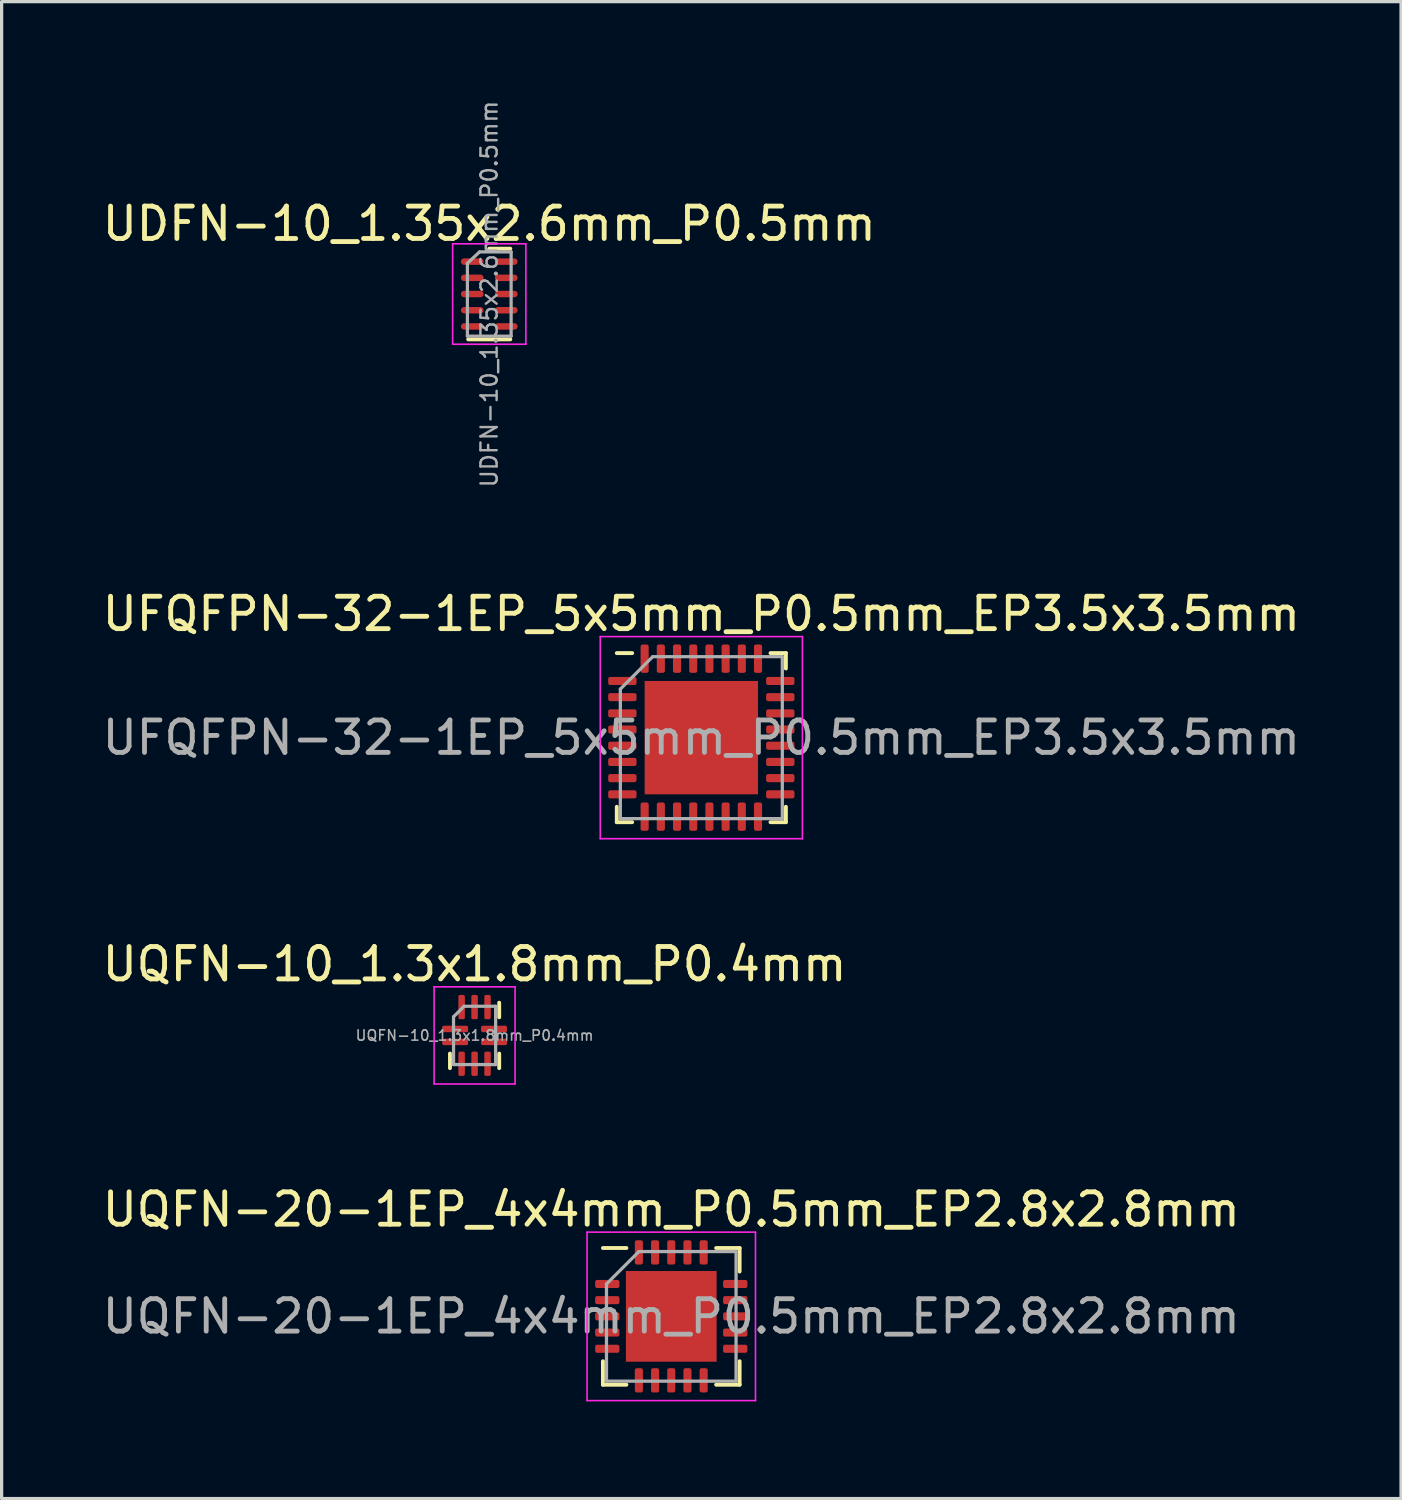
<source format=kicad_pcb>
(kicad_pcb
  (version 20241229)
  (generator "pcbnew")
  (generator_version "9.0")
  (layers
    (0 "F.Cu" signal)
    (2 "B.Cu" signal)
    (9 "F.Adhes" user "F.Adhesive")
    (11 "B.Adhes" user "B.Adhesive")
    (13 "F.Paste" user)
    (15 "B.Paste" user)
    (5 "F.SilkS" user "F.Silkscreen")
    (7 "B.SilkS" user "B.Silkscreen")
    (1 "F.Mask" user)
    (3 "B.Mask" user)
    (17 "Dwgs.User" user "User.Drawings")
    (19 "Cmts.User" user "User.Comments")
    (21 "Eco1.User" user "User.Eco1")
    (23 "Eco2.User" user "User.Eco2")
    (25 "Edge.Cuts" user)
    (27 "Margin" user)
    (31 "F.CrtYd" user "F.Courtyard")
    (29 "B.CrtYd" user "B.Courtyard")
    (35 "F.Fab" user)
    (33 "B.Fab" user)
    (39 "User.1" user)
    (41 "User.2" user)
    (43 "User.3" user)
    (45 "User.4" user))
  (footprint "UDFN-10_1.35x2.6mm_P0.5mm"
    (layer "F.Cu")
    (at 12.054 6.027)
    (property "Reference" "UDFN-10_1.35x2.6mm_P0.5mm" (at 0 -2.17 0) (layer "F.SilkS") (effects (font (size 1 1) (thickness 0.15))))
    (attr smd)
    (fp_line (start -0.65 1.4) (end 0.65 1.4) (stroke (width 0.12) (type solid)) (layer "F.SilkS"))
    (fp_line (start 0 -1.4) (end 0.65 -1.4) (stroke (width 0.12) (type solid)) (layer "F.SilkS"))
    (fp_line (start -1.13 -1.55) (end -1.13 1.55) (stroke (width 0.05) (type solid)) (layer "F.CrtYd"))
    (fp_line (start -1.13 -1.55) (end 1.13 -1.55) (stroke (width 0.05) (type solid)) (layer "F.CrtYd"))
    (fp_line (start -1.13 1.55) (end 1.13 1.55) (stroke (width 0.05) (type solid)) (layer "F.CrtYd"))
    (fp_line (start 1.13 -1.55) (end 1.13 1.55) (stroke (width 0.05) (type solid)) (layer "F.CrtYd"))
    (fp_line (start -0.675 -0.95) (end -0.3 -1.3) (stroke (width 0.1) (type solid)) (layer "F.Fab"))
    (fp_line (start -0.675 1.3) (end -0.675 -0.95) (stroke (width 0.1) (type solid)) (layer "F.Fab"))
    (fp_line (start -0.3 -1.3) (end 0.675 -1.3) (stroke (width 0.1) (type solid)) (layer "F.Fab"))
    (fp_line (start 0.675 -1.3) (end 0.675 1.3) (stroke (width 0.1) (type solid)) (layer "F.Fab"))
    (fp_line (start 0.675 1.3) (end -0.675 1.3) (stroke (width 0.1) (type solid)) (layer "F.Fab"))
    (fp_text user "${REFERENCE}" (at 0 0 90) (layer "F.Fab") (effects (font (size 0.5 0.5) (thickness 0.075))))
    (pad "1" smd oval (at -0.525 -1) (size 0.7 0.2) (layers "F.Cu" "F.Mask" "F.Paste"))
    (pad "2" smd oval (at -0.525 -0.5) (size 0.7 0.2) (layers "F.Cu" "F.Mask" "F.Paste"))
    (pad "3" smd oval (at -0.525 0) (size 0.7 0.2) (layers "F.Cu" "F.Mask" "F.Paste"))
    (pad "4" smd oval (at -0.525 0.5) (size 0.7 0.2) (layers "F.Cu" "F.Mask" "F.Paste"))
    (pad "5" smd oval (at -0.525 1) (size 0.7 0.2) (layers "F.Cu" "F.Mask" "F.Paste"))
    (pad "6" smd oval (at 0.525 1) (size 0.7 0.2) (layers "F.Cu" "F.Mask" "F.Paste"))
    (pad "7" smd oval (at 0.525 0.5) (size 0.7 0.2) (layers "F.Cu" "F.Mask" "F.Paste"))
    (pad "8" smd oval (at 0.525 0) (size 0.7 0.2) (layers "F.Cu" "F.Mask" "F.Paste"))
    (pad "9" smd oval (at 0.525 -0.5) (size 0.7 0.2) (layers "F.Cu" "F.Mask" "F.Paste"))
    (pad "10" smd oval (at 0.525 -1) (size 0.7 0.2) (layers "F.Cu" "F.Mask" "F.Paste")))
  (footprint "UQFN-10_1.3x1.8mm_P0.4mm"
    (layer "F.Cu")
    (at 11.601 28.915)
    (property "Reference" "UQFN-10_1.3x1.8mm_P0.4mm" (at 0 -2.2 0) (layer "F.SilkS") (effects (font (size 1 1) (thickness 0.15))))
    (attr smd)
    (fp_line (start -0.76 1.01) (end -0.76 0.56) (stroke (width 0.12) (type solid)) (layer "F.SilkS"))
    (fp_line (start 0.76 -1.01) (end 0.76 -0.56) (stroke (width 0.12) (type solid)) (layer "F.SilkS"))
    (fp_line (start 0.76 1.01) (end 0.76 0.56) (stroke (width 0.12) (type solid)) (layer "F.SilkS"))
    (fp_line (start -1.25 -1.5) (end -1.25 1.5) (stroke (width 0.05) (type solid)) (layer "F.CrtYd"))
    (fp_line (start -1.25 1.5) (end 1.25 1.5) (stroke (width 0.05) (type solid)) (layer "F.CrtYd"))
    (fp_line (start 1.25 -1.5) (end -1.25 -1.5) (stroke (width 0.05) (type solid)) (layer "F.CrtYd"))
    (fp_line (start 1.25 1.5) (end 1.25 -1.5) (stroke (width 0.05) (type solid)) (layer "F.CrtYd"))
    (fp_line (start -0.65 -0.575) (end -0.325 -0.9) (stroke (width 0.1) (type solid)) (layer "F.Fab"))
    (fp_line (start -0.65 0.9) (end -0.65 -0.575) (stroke (width 0.1) (type solid)) (layer "F.Fab"))
    (fp_line (start -0.325 -0.9) (end 0.65 -0.9) (stroke (width 0.1) (type solid)) (layer "F.Fab"))
    (fp_line (start 0.65 -0.9) (end 0.65 0.9) (stroke (width 0.1) (type solid)) (layer "F.Fab"))
    (fp_line (start 0.65 0.9) (end -0.65 0.9) (stroke (width 0.1) (type solid)) (layer "F.Fab"))
    (fp_text user "${REFERENCE}" (at 0 0 0) (layer "F.Fab") (effects (font (size 0.32 0.32) (thickness 0.05))))
    (pad "1" smd roundrect (at -0.6 -0.2) (size 0.8 0.2) (layers "F.Cu" "F.Mask" "F.Paste") (roundrect_rratio 0.25))
    (pad "2" smd roundrect (at -0.6 0.2) (size 0.8 0.2) (layers "F.Cu" "F.Mask" "F.Paste") (roundrect_rratio 0.25))
    (pad "3" smd roundrect (at -0.4 0.875) (size 0.2 0.75) (layers "F.Cu" "F.Mask" "F.Paste") (roundrect_rratio 0.25))
    (pad "4" smd roundrect (at 0 0.875) (size 0.2 0.75) (layers "F.Cu" "F.Mask" "F.Paste") (roundrect_rratio 0.25))
    (pad "5" smd roundrect (at 0.4 0.875) (size 0.2 0.75) (layers "F.Cu" "F.Mask" "F.Paste") (roundrect_rratio 0.25))
    (pad "6" smd roundrect (at 0.6 0.2) (size 0.8 0.2) (layers "F.Cu" "F.Mask" "F.Paste") (roundrect_rratio 0.25))
    (pad "7" smd roundrect (at 0.6 -0.2) (size 0.8 0.2) (layers "F.Cu" "F.Mask" "F.Paste") (roundrect_rratio 0.25))
    (pad "8" smd roundrect (at 0.4 -0.875) (size 0.2 0.75) (layers "F.Cu" "F.Mask" "F.Paste") (roundrect_rratio 0.25))
    (pad "9" smd roundrect (at 0 -0.875) (size 0.2 0.75) (layers "F.Cu" "F.Mask" "F.Paste") (roundrect_rratio 0.25))
    (pad "10" smd roundrect (at -0.4 -0.875) (size 0.2 0.75) (layers "F.Cu" "F.Mask" "F.Paste") (roundrect_rratio 0.25)))
  (footprint "UFQFPN-32-1EP_5x5mm_P0.5mm_EP3.5x3.5mm"
    (layer "F.Cu")
    (at 18.601 19.722)
    (property "Reference" "UFQFPN-32-1EP_5x5mm_P0.5mm_EP3.5x3.5mm" (at 0 -3.82 0) (layer "F.SilkS") (effects (font (size 1 1) (thickness 0.15))))
    (attr smd)
    (fp_line (start -2.61 2.61) (end -2.61 2.135) (stroke (width 0.12) (type solid)) (layer "F.SilkS"))
    (fp_line (start -2.135 -2.61) (end -2.61 -2.61) (stroke (width 0.12) (type solid)) (layer "F.SilkS"))
    (fp_line (start -2.135 2.61) (end -2.61 2.61) (stroke (width 0.12) (type solid)) (layer "F.SilkS"))
    (fp_line (start 2.135 -2.61) (end 2.61 -2.61) (stroke (width 0.12) (type solid)) (layer "F.SilkS"))
    (fp_line (start 2.135 2.61) (end 2.61 2.61) (stroke (width 0.12) (type solid)) (layer "F.SilkS"))
    (fp_line (start 2.61 -2.61) (end 2.61 -2.135) (stroke (width 0.12) (type solid)) (layer "F.SilkS"))
    (fp_line (start 2.61 2.61) (end 2.61 2.135) (stroke (width 0.12) (type solid)) (layer "F.SilkS"))
    (fp_line (start -3.12 -3.12) (end -3.12 3.12) (stroke (width 0.05) (type solid)) (layer "F.CrtYd"))
    (fp_line (start -3.12 3.12) (end 3.12 3.12) (stroke (width 0.05) (type solid)) (layer "F.CrtYd"))
    (fp_line (start 3.12 -3.12) (end -3.12 -3.12) (stroke (width 0.05) (type solid)) (layer "F.CrtYd"))
    (fp_line (start 3.12 3.12) (end 3.12 -3.12) (stroke (width 0.05) (type solid)) (layer "F.CrtYd"))
    (fp_line (start -2.5 -1.5) (end -1.5 -2.5) (stroke (width 0.1) (type solid)) (layer "F.Fab"))
    (fp_line (start -2.5 2.5) (end -2.5 -1.5) (stroke (width 0.1) (type solid)) (layer "F.Fab"))
    (fp_line (start -1.5 -2.5) (end 2.5 -2.5) (stroke (width 0.1) (type solid)) (layer "F.Fab"))
    (fp_line (start 2.5 -2.5) (end 2.5 2.5) (stroke (width 0.1) (type solid)) (layer "F.Fab"))
    (fp_line (start 2.5 2.5) (end -2.5 2.5) (stroke (width 0.1) (type solid)) (layer "F.Fab"))
    (fp_text user "${REFERENCE}" (at 0 0 0) (layer "F.Fab") (effects (font (size 1 1) (thickness 0.15))))
    (pad "" smd roundrect (at -0.875 -0.875) (size 1.41 1.41) (layers "F.Paste") (roundrect_rratio 0.177))
    (pad "" smd roundrect (at -0.875 0.875) (size 1.41 1.41) (layers "F.Paste") (roundrect_rratio 0.177))
    (pad "" smd roundrect (at 0.875 -0.875) (size 1.41 1.41) (layers "F.Paste") (roundrect_rratio 0.177))
    (pad "" smd roundrect (at 0.875 0.875) (size 1.41 1.41) (layers "F.Paste") (roundrect_rratio 0.177))
    (pad "1" smd roundrect (at -2.438 -1.75) (size 0.875 0.25) (layers "F.Cu" "F.Mask" "F.Paste") (roundrect_rratio 0.25))
    (pad "2" smd roundrect (at -2.438 -1.25) (size 0.875 0.25) (layers "F.Cu" "F.Mask" "F.Paste") (roundrect_rratio 0.25))
    (pad "3" smd roundrect (at -2.438 -0.75) (size 0.875 0.25) (layers "F.Cu" "F.Mask" "F.Paste") (roundrect_rratio 0.25))
    (pad "4" smd roundrect (at -2.438 -0.25) (size 0.875 0.25) (layers "F.Cu" "F.Mask" "F.Paste") (roundrect_rratio 0.25))
    (pad "5" smd roundrect (at -2.438 0.25) (size 0.875 0.25) (layers "F.Cu" "F.Mask" "F.Paste") (roundrect_rratio 0.25))
    (pad "6" smd roundrect (at -2.438 0.75) (size 0.875 0.25) (layers "F.Cu" "F.Mask" "F.Paste") (roundrect_rratio 0.25))
    (pad "7" smd roundrect (at -2.438 1.25) (size 0.875 0.25) (layers "F.Cu" "F.Mask" "F.Paste") (roundrect_rratio 0.25))
    (pad "8" smd roundrect (at -2.438 1.75) (size 0.875 0.25) (layers "F.Cu" "F.Mask" "F.Paste") (roundrect_rratio 0.25))
    (pad "9" smd roundrect (at -1.75 2.438) (size 0.25 0.875) (layers "F.Cu" "F.Mask" "F.Paste") (roundrect_rratio 0.25))
    (pad "10" smd roundrect (at -1.25 2.438) (size 0.25 0.875) (layers "F.Cu" "F.Mask" "F.Paste") (roundrect_rratio 0.25))
    (pad "11" smd roundrect (at -0.75 2.438) (size 0.25 0.875) (layers "F.Cu" "F.Mask" "F.Paste") (roundrect_rratio 0.25))
    (pad "12" smd roundrect (at -0.25 2.438) (size 0.25 0.875) (layers "F.Cu" "F.Mask" "F.Paste") (roundrect_rratio 0.25))
    (pad "13" smd roundrect (at 0.25 2.438) (size 0.25 0.875) (layers "F.Cu" "F.Mask" "F.Paste") (roundrect_rratio 0.25))
    (pad "14" smd roundrect (at 0.75 2.438) (size 0.25 0.875) (layers "F.Cu" "F.Mask" "F.Paste") (roundrect_rratio 0.25))
    (pad "15" smd roundrect (at 1.25 2.438) (size 0.25 0.875) (layers "F.Cu" "F.Mask" "F.Paste") (roundrect_rratio 0.25))
    (pad "16" smd roundrect (at 1.75 2.438) (size 0.25 0.875) (layers "F.Cu" "F.Mask" "F.Paste") (roundrect_rratio 0.25))
    (pad "17" smd roundrect (at 2.438 1.75) (size 0.875 0.25) (layers "F.Cu" "F.Mask" "F.Paste") (roundrect_rratio 0.25))
    (pad "18" smd roundrect (at 2.438 1.25) (size 0.875 0.25) (layers "F.Cu" "F.Mask" "F.Paste") (roundrect_rratio 0.25))
    (pad "19" smd roundrect (at 2.438 0.75) (size 0.875 0.25) (layers "F.Cu" "F.Mask" "F.Paste") (roundrect_rratio 0.25))
    (pad "20" smd roundrect (at 2.438 0.25) (size 0.875 0.25) (layers "F.Cu" "F.Mask" "F.Paste") (roundrect_rratio 0.25))
    (pad "21" smd roundrect (at 2.438 -0.25) (size 0.875 0.25) (layers "F.Cu" "F.Mask" "F.Paste") (roundrect_rratio 0.25))
    (pad "22" smd roundrect (at 2.438 -0.75) (size 0.875 0.25) (layers "F.Cu" "F.Mask" "F.Paste") (roundrect_rratio 0.25))
    (pad "23" smd roundrect (at 2.438 -1.25) (size 0.875 0.25) (layers "F.Cu" "F.Mask" "F.Paste") (roundrect_rratio 0.25))
    (pad "24" smd roundrect (at 2.438 -1.75) (size 0.875 0.25) (layers "F.Cu" "F.Mask" "F.Paste") (roundrect_rratio 0.25))
    (pad "25" smd roundrect (at 1.75 -2.438) (size 0.25 0.875) (layers "F.Cu" "F.Mask" "F.Paste") (roundrect_rratio 0.25))
    (pad "26" smd roundrect (at 1.25 -2.438) (size 0.25 0.875) (layers "F.Cu" "F.Mask" "F.Paste") (roundrect_rratio 0.25))
    (pad "27" smd roundrect (at 0.75 -2.438) (size 0.25 0.875) (layers "F.Cu" "F.Mask" "F.Paste") (roundrect_rratio 0.25))
    (pad "28" smd roundrect (at 0.25 -2.438) (size 0.25 0.875) (layers "F.Cu" "F.Mask" "F.Paste") (roundrect_rratio 0.25))
    (pad "29" smd roundrect (at -0.25 -2.438) (size 0.25 0.875) (layers "F.Cu" "F.Mask" "F.Paste") (roundrect_rratio 0.25))
    (pad "30" smd roundrect (at -0.75 -2.438) (size 0.25 0.875) (layers "F.Cu" "F.Mask" "F.Paste") (roundrect_rratio 0.25))
    (pad "31" smd roundrect (at -1.25 -2.438) (size 0.25 0.875) (layers "F.Cu" "F.Mask" "F.Paste") (roundrect_rratio 0.25))
    (pad "32" smd roundrect (at -1.75 -2.438) (size 0.25 0.875) (layers "F.Cu" "F.Mask" "F.Paste") (roundrect_rratio 0.25))
    (pad "33" smd rect (at 0 0) (size 3.5 3.5) (layers "F.Cu" "F.Mask")))
  (footprint "UQFN-20-1EP_4x4mm_P0.5mm_EP2.8x2.8mm"
    (layer "F.Cu")
    (at 17.673 37.588)
    (property "Reference" "UQFN-20-1EP_4x4mm_P0.5mm_EP2.8x2.8mm" (at 0 -3.3 0) (layer "F.SilkS") (effects (font (size 1 1) (thickness 0.15))))
    (attr smd)
    (fp_line (start -2.11 2.11) (end -2.11 1.385) (stroke (width 0.12) (type solid)) (layer "F.SilkS"))
    (fp_line (start -1.385 -2.11) (end -2.11 -2.11) (stroke (width 0.12) (type solid)) (layer "F.SilkS"))
    (fp_line (start -1.385 2.11) (end -2.11 2.11) (stroke (width 0.12) (type solid)) (layer "F.SilkS"))
    (fp_line (start 1.385 -2.11) (end 2.11 -2.11) (stroke (width 0.12) (type solid)) (layer "F.SilkS"))
    (fp_line (start 1.385 2.11) (end 2.11 2.11) (stroke (width 0.12) (type solid)) (layer "F.SilkS"))
    (fp_line (start 2.11 -2.11) (end 2.11 -1.385) (stroke (width 0.12) (type solid)) (layer "F.SilkS"))
    (fp_line (start 2.11 2.11) (end 2.11 1.385) (stroke (width 0.12) (type solid)) (layer "F.SilkS"))
    (fp_line (start -2.6 -2.6) (end -2.6 2.6) (stroke (width 0.05) (type solid)) (layer "F.CrtYd"))
    (fp_line (start -2.6 2.6) (end 2.6 2.6) (stroke (width 0.05) (type solid)) (layer "F.CrtYd"))
    (fp_line (start 2.6 -2.6) (end -2.6 -2.6) (stroke (width 0.05) (type solid)) (layer "F.CrtYd"))
    (fp_line (start 2.6 2.6) (end 2.6 -2.6) (stroke (width 0.05) (type solid)) (layer "F.CrtYd"))
    (fp_line (start -2 -1) (end -1 -2) (stroke (width 0.1) (type solid)) (layer "F.Fab"))
    (fp_line (start -2 2) (end -2 -1) (stroke (width 0.1) (type solid)) (layer "F.Fab"))
    (fp_line (start -1 -2) (end 2 -2) (stroke (width 0.1) (type solid)) (layer "F.Fab"))
    (fp_line (start 2 -2) (end 2 2) (stroke (width 0.1) (type solid)) (layer "F.Fab"))
    (fp_line (start 2 2) (end -2 2) (stroke (width 0.1) (type solid)) (layer "F.Fab"))
    (fp_text user "${REFERENCE}" (at 0 0 0) (layer "F.Fab") (effects (font (size 1 1) (thickness 0.15))))
    (pad "" smd roundrect (at -0.7 -0.7) (size 1.13 1.13) (layers "F.Paste") (roundrect_rratio 0.221))
    (pad "" smd roundrect (at -0.7 0.7) (size 1.13 1.13) (layers "F.Paste") (roundrect_rratio 0.221))
    (pad "" smd roundrect (at 0.7 -0.7) (size 1.13 1.13) (layers "F.Paste") (roundrect_rratio 0.221))
    (pad "" smd roundrect (at 0.7 0.7) (size 1.13 1.13) (layers "F.Paste") (roundrect_rratio 0.221))
    (pad "1" smd roundrect (at -1.975 -1) (size 0.75 0.25) (layers "F.Cu" "F.Mask" "F.Paste") (roundrect_rratio 0.25))
    (pad "2" smd roundrect (at -1.975 -0.5) (size 0.75 0.25) (layers "F.Cu" "F.Mask" "F.Paste") (roundrect_rratio 0.25))
    (pad "3" smd roundrect (at -1.975 0) (size 0.75 0.25) (layers "F.Cu" "F.Mask" "F.Paste") (roundrect_rratio 0.25))
    (pad "4" smd roundrect (at -1.975 0.5) (size 0.75 0.25) (layers "F.Cu" "F.Mask" "F.Paste") (roundrect_rratio 0.25))
    (pad "5" smd roundrect (at -1.975 1) (size 0.75 0.25) (layers "F.Cu" "F.Mask" "F.Paste") (roundrect_rratio 0.25))
    (pad "6" smd roundrect (at -1 1.975) (size 0.25 0.75) (layers "F.Cu" "F.Mask" "F.Paste") (roundrect_rratio 0.25))
    (pad "7" smd roundrect (at -0.5 1.975) (size 0.25 0.75) (layers "F.Cu" "F.Mask" "F.Paste") (roundrect_rratio 0.25))
    (pad "8" smd roundrect (at 0 1.975) (size 0.25 0.75) (layers "F.Cu" "F.Mask" "F.Paste") (roundrect_rratio 0.25))
    (pad "9" smd roundrect (at 0.5 1.975) (size 0.25 0.75) (layers "F.Cu" "F.Mask" "F.Paste") (roundrect_rratio 0.25))
    (pad "10" smd roundrect (at 1 1.975) (size 0.25 0.75) (layers "F.Cu" "F.Mask" "F.Paste") (roundrect_rratio 0.25))
    (pad "11" smd roundrect (at 1.975 1) (size 0.75 0.25) (layers "F.Cu" "F.Mask" "F.Paste") (roundrect_rratio 0.25))
    (pad "12" smd roundrect (at 1.975 0.5) (size 0.75 0.25) (layers "F.Cu" "F.Mask" "F.Paste") (roundrect_rratio 0.25))
    (pad "13" smd roundrect (at 1.975 0) (size 0.75 0.25) (layers "F.Cu" "F.Mask" "F.Paste") (roundrect_rratio 0.25))
    (pad "14" smd roundrect (at 1.975 -0.5) (size 0.75 0.25) (layers "F.Cu" "F.Mask" "F.Paste") (roundrect_rratio 0.25))
    (pad "15" smd roundrect (at 1.975 -1) (size 0.75 0.25) (layers "F.Cu" "F.Mask" "F.Paste") (roundrect_rratio 0.25))
    (pad "16" smd roundrect (at 1 -1.975) (size 0.25 0.75) (layers "F.Cu" "F.Mask" "F.Paste") (roundrect_rratio 0.25))
    (pad "17" smd roundrect (at 0.5 -1.975) (size 0.25 0.75) (layers "F.Cu" "F.Mask" "F.Paste") (roundrect_rratio 0.25))
    (pad "18" smd roundrect (at 0 -1.975) (size 0.25 0.75) (layers "F.Cu" "F.Mask" "F.Paste") (roundrect_rratio 0.25))
    (pad "19" smd roundrect (at -0.5 -1.975) (size 0.25 0.75) (layers "F.Cu" "F.Mask" "F.Paste") (roundrect_rratio 0.25))
    (pad "20" smd roundrect (at -1 -1.975) (size 0.25 0.75) (layers "F.Cu" "F.Mask" "F.Paste") (roundrect_rratio 0.25))
    (pad "21" smd rect (at 0 0) (size 2.8 2.8) (layers "F.Cu" "F.Mask")))
  (gr_rect
    (start -3 -3)
    (end 40.202 43.213)
    (stroke (width 0.1) (type default))
    (fill no)
    (layer "Edge.Cuts")))
</source>
